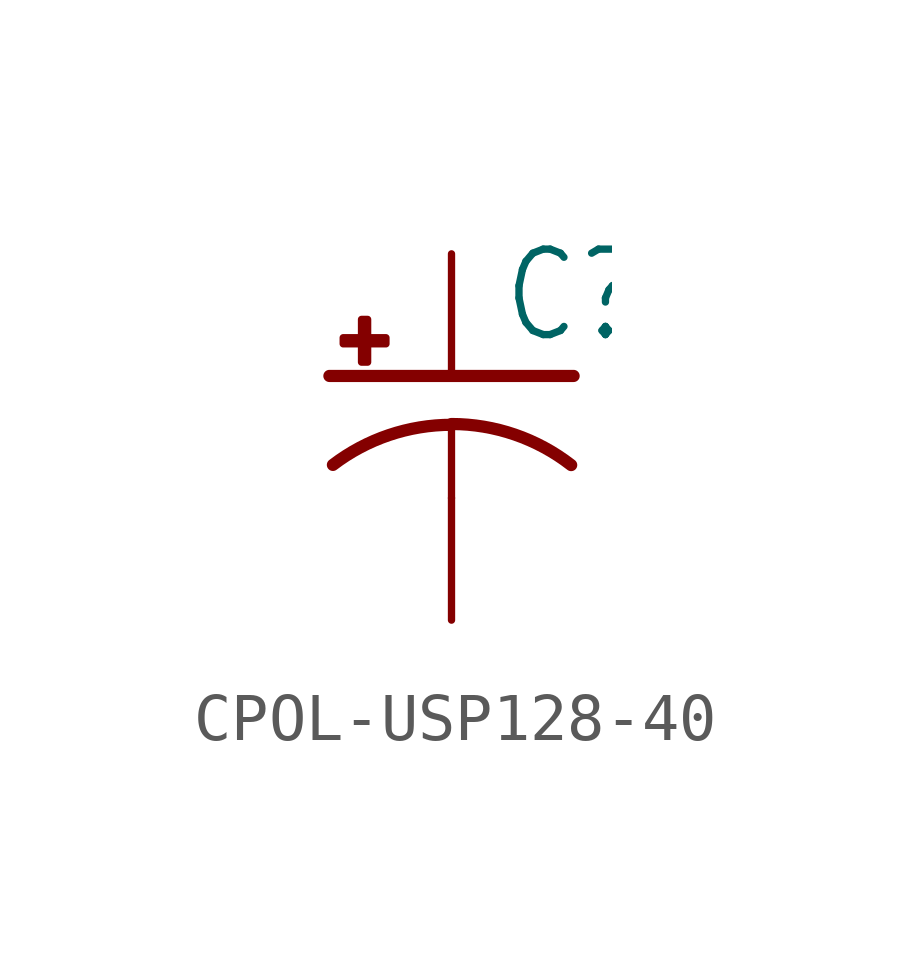
<source format=kicad_sym>
(kicad_symbol_lib
  (version 20231120)
  (generator "kicad_symbol_editor")
  (generator_version "8.0")
  (symbol "CPOL-USP128-40"
    (property "Reference" "C"
      (at 1.016 0.635 0)
      (effects (font (size 1.778 1.511)) (justify left bottom)))
    (property "Value" ""
      (at 1.016 -4.191 0)
      (effects (font (size 1.778 1.511)) (justify left bottom)))
    (property "ki_locked" ""
      (at 0 0 0)
      (effects (font (size 1.27 1.27))))
    (symbol "CPOL-USP128-40_1_0"
      (rectangle (start -2.253 0.668) (end -1.364 0.795) (stroke (width 0) (type default)) (fill (type outline)))
      (rectangle (start -1.872 0.287) (end -1.745 1.176) (stroke (width 0) (type default)) (fill (type outline)))
      (arc (start 0 -1.0161) (mid -1.3021 -1.2303) (end -2.4669 -1.8504) (stroke (width 0.254) (type solid)) (fill (type none)))
      (polyline (pts (xy -2.54 0) (xy 2.54 0)) (stroke (width 0.254) (type solid)) (fill (type none)))
      (polyline (pts (xy 0 -1.016) (xy 0 -2.54)) (stroke (width 0.152) (type solid)) (fill (type none)))
      (arc (start 2.4892 -1.8541) (mid 1.3158 -1.2194) (end 0 -1) (stroke (width 0.254) (type solid)) (fill (type none)))
      (pin passive line (at 0 2.54 270) (length 2.54) (name "+" (effects (font (size 0 0)))) (number "+" (effects (font (size 0 0)))))
      (pin passive line (at 0 -5.08 90) (length 2.54) (name "-" (effects (font (size 0 0)))) (number "-" (effects (font (size 0 0))))))))
</source>
